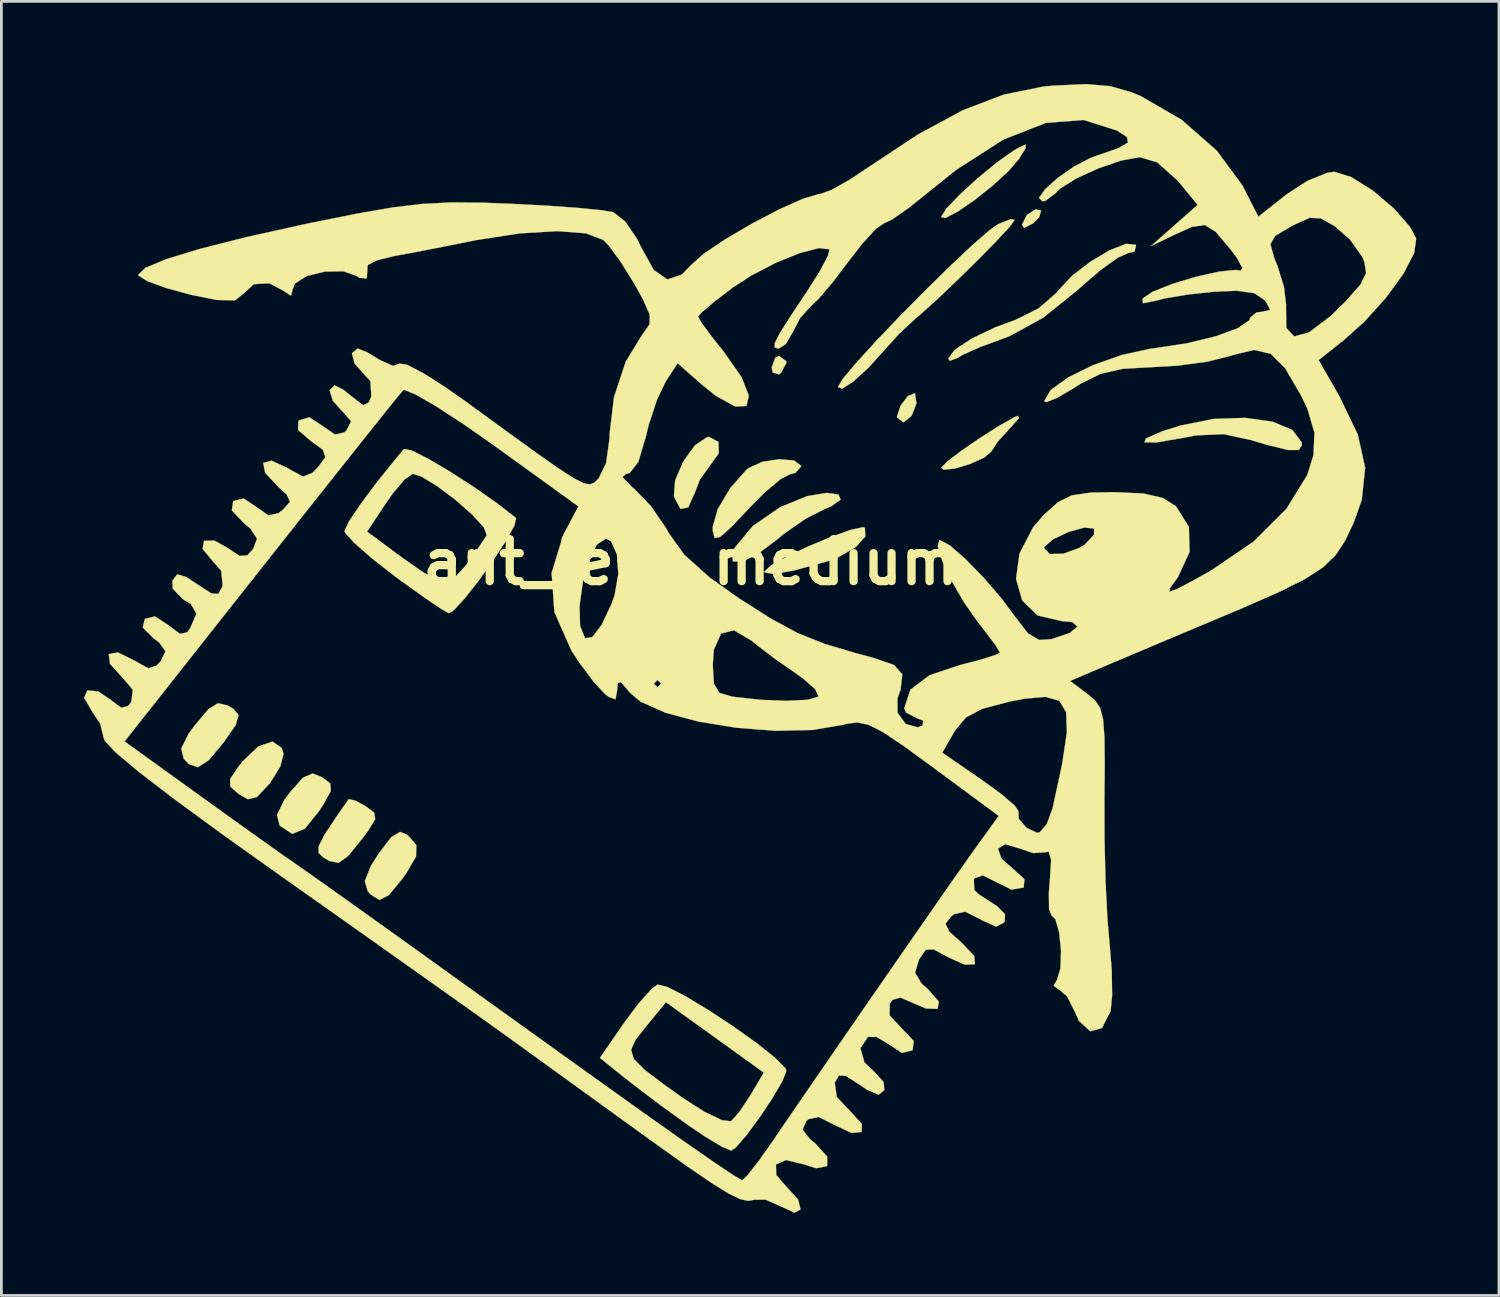
<source format=kicad_pcb>
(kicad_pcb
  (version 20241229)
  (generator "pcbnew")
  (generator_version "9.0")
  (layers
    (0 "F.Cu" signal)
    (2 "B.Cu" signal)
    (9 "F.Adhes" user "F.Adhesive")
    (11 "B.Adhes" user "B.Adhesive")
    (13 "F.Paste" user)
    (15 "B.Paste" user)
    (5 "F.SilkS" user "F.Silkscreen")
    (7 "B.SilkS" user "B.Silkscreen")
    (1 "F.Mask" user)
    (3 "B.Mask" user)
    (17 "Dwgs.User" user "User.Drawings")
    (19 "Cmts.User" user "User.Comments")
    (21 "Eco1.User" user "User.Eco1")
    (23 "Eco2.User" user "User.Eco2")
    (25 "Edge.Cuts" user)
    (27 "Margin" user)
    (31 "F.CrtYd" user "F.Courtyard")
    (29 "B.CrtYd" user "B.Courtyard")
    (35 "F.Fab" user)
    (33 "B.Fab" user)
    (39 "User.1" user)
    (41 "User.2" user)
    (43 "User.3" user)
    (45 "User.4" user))
  (footprint "ant_less_medium"
    (layer "F.Cu")
    (at 22.024 17.358)
    (property "Reference" "ant_less_medium" (at 0 0 0) (layer "F.SilkS") (effects (font (size 1.524 1.524) (thickness 0.3))))
    (attr through_hole)
    (fp_poly (pts (xy 12.724 -12.765) (xy 12.652 -12.523) (xy 12.439 -12.304) (xy 12.103 -12.132) (xy 12.032 -12.25) (xy 12.199 -12.601) (xy 12.531 -12.807) (xy 12.724 -12.765)) (stroke (width 0.01) (type solid)) (fill yes) (layer "F.SilkS"))
    (fp_poly (pts (xy 3.468 -7.294) (xy 3.476 -7.235) (xy 3.281 -6.873) (xy 3.208 -6.818) (xy 2.98 -6.879) (xy 2.941 -7.069) (xy 3.081 -7.435) (xy 3.208 -7.486) (xy 3.468 -7.294)) (stroke (width 0.01) (type solid)) (fill yes) (layer "F.SilkS"))
    (fp_poly (pts (xy 8.146 -6.113) (xy 8.198 -5.758) (xy 8.02 -5.311) (xy 7.737 -5.08) (xy 7.725 -5.08) (xy 7.493 -5.249) (xy 7.49 -5.281) (xy 7.622 -5.682) (xy 7.892 -6.034) (xy 8.132 -6.125) (xy 8.146 -6.113)) (stroke (width 0.01) (type solid)) (fill yes) (layer "F.SilkS"))
    (fp_poly (pts (xy -16.809 5.205) (xy -16.596 5.33) (xy -16.412 5.556) (xy -16.518 5.917) (xy -16.943 6.529) (xy -17.502 7.196) (xy -17.892 7.448) (xy -18.221 7.331) (xy -18.401 7.143) (xy -18.495 6.773) (xy -18.223 6.224) (xy -18.013 5.94) (xy -17.512 5.345) (xy -17.163 5.123) (xy -16.809 5.205)) (stroke (width 0.01) (type solid)) (fill yes) (layer "F.SilkS"))
    (fp_poly (pts (xy -14.845 6.746) (xy -14.781 6.955) (xy -14.897 7.417) (xy -15.265 8.011) (xy -15.313 8.07) (xy -15.751 8.529) (xy -16.078 8.607) (xy -16.408 8.418) (xy -16.711 8.15) (xy -16.721 7.88) (xy -16.418 7.427) (xy -16.275 7.243) (xy -15.694 6.689) (xy -15.183 6.516) (xy -14.845 6.746)) (stroke (width 0.01) (type solid)) (fill yes) (layer "F.SilkS"))
    (fp_poly (pts (xy -13.382 7.807) (xy -13.085 8.036) (xy -13.062 8.302) (xy -13.323 8.781) (xy -13.463 9) (xy -14.005 9.678) (xy -14.464 9.864) (xy -14.9 9.578) (xy -14.925 9.549) (xy -15.019 9.178) (xy -14.747 8.629) (xy -14.542 8.353) (xy -14.07 7.821) (xy -13.719 7.673) (xy -13.382 7.807)) (stroke (width 0.01) (type solid)) (fill yes) (layer "F.SilkS"))
    (fp_poly (pts (xy -10.273 9.91) (xy -9.958 10.275) (xy -9.969 10.688) (xy -10.326 11.298) (xy -10.478 11.508) (xy -10.963 12.095) (xy -11.302 12.266) (xy -11.622 12.063) (xy -11.723 11.948) (xy -11.828 11.583) (xy -11.609 11.028) (xy -11.334 10.595) (xy -10.874 9.991) (xy -10.55 9.792) (xy -10.273 9.91)) (stroke (width 0.01) (type solid)) (fill yes) (layer "F.SilkS"))
    (fp_poly (pts (xy -12.171 8.66) (xy -11.814 8.854) (xy -11.493 9.088) (xy -11.452 9.332) (xy -11.709 9.752) (xy -11.954 10.076) (xy -12.445 10.68) (xy -12.781 10.915) (xy -13.112 10.851) (xy -13.339 10.718) (xy -13.505 10.561) (xy -13.506 10.322) (xy -13.298 9.906) (xy -12.841 9.215) (xy -12.412 8.604) (xy -12.171 8.66)) (stroke (width 0.01) (type solid)) (fill yes) (layer "F.SilkS"))
    (fp_poly (pts (xy 1.009 -4.365) (xy 1.021 -3.953) (xy 0.695 -3.498) (xy 0.695 -3.498) (xy 0.337 -3.002) (xy 0.155 -2.529) (xy -0.088 -1.985) (xy -0.368 -1.93) (xy -0.605 -2.378) (xy -0.607 -2.386) (xy -0.564 -2.964) (xy -0.273 -3.646) (xy 0.151 -4.236) (xy 0.592 -4.537) (xy 0.664 -4.545) (xy 1.009 -4.365)) (stroke (width 0.01) (type solid)) (fill yes) (layer "F.SilkS"))
    (fp_poly (pts (xy 6.326 -1.25) (xy 6.34 -0.93) (xy 5.973 -0.533) (xy 5.345 -0.168) (xy 4.992 -0.038) (xy 3.783 0.295) (xy 3.005 0.433) (xy 2.687 0.371) (xy 2.681 0.339) (xy 2.911 0.125) (xy 3.49 -0.2) (xy 4.266 -0.568) (xy 5.087 -0.913) (xy 5.799 -1.168) (xy 6.252 -1.268) (xy 6.326 -1.25)) (stroke (width 0.01) (type solid)) (fill yes) (layer "F.SilkS"))
    (fp_poly (pts (xy 12.158 -15.023) (xy 11.915 -14.635) (xy 11.53 -14.186) (xy 10.952 -13.659) (xy 10.3 -13.142) (xy 9.694 -12.724) (xy 9.251 -12.494) (xy 9.091 -12.529) (xy 9.282 -12.833) (xy 9.771 -13.343) (xy 10.428 -13.942) (xy 11.123 -14.514) (xy 11.727 -14.942) (xy 11.85 -15.014) (xy 12.169 -15.163) (xy 12.158 -15.023)) (stroke (width 0.01) (type solid)) (fill yes) (layer "F.SilkS"))
    (fp_poly (pts (xy 5.369 -2.453) (xy 5.445 -2.268) (xy 5.088 -2.017) (xy 4.875 -1.933) (xy 4.183 -1.583) (xy 3.393 -1.034) (xy 3.148 -0.831) (xy 2.436 -0.293) (xy 1.87 -0.019) (xy 1.534 -0.027) (xy 1.512 -0.334) (xy 1.593 -0.514) (xy 2.256 -1.309) (xy 3.251 -1.997) (xy 4.234 -2.397) (xy 4.94 -2.514) (xy 5.369 -2.453)) (stroke (width 0.01) (type solid)) (fill yes) (layer "F.SilkS"))
    (fp_poly (pts (xy 11.92 -5.232) (xy 11.627 -4.897) (xy 11.591 -4.861) (xy 11.145 -4.372) (xy 10.923 -4.026) (xy 10.664 -3.8) (xy 10.158 -3.569) (xy 9.601 -3.398) (xy 9.192 -3.354) (xy 9.1 -3.428) (xy 9.31 -3.648) (xy 9.829 -4.043) (xy 10.506 -4.509) (xy 11.193 -4.946) (xy 11.74 -5.252) (xy 11.884 -5.314) (xy 11.92 -5.232)) (stroke (width 0.01) (type solid)) (fill yes) (layer "F.SilkS"))
    (fp_poly (pts (xy 21.124 -5.099) (xy 21.845 -4.798) (xy 22.18 -4.354) (xy 22.192 -4.245) (xy 22.078 -4.07) (xy 21.681 -4.072) (xy 20.915 -4.26) (xy 20.359 -4.429) (xy 19.352 -4.646) (xy 18.348 -4.601) (xy 17.867 -4.51) (xy 16.918 -4.347) (xy 16.472 -4.35) (xy 16.533 -4.492) (xy 17.108 -4.744) (xy 17.785 -4.959) (xy 18.982 -5.198) (xy 20.132 -5.238) (xy 21.124 -5.099)) (stroke (width 0.01) (type solid)) (fill yes) (layer "F.SilkS"))
    (fp_poly (pts (xy 3.754 -3.69) (xy 4.009 -3.499) (xy 4.011 -3.476) (xy 3.797 -3.233) (xy 3.644 -3.208) (xy 3.279 -3.024) (xy 2.704 -2.544) (xy 2.167 -2.005) (xy 1.479 -1.276) (xy 1.069 -0.912) (xy 0.869 -0.875) (xy 0.805 -1.127) (xy 0.802 -1.277) (xy 0.983 -1.922) (xy 1.436 -2.688) (xy 2.023 -3.348) (xy 2.095 -3.409) (xy 2.59 -3.638) (xy 3.212 -3.734) (xy 3.754 -3.69)) (stroke (width 0.01) (type solid)) (fill yes) (layer "F.SilkS"))
    (fp_poly (pts (xy 11.764 -12.424) (xy 11.585 -12.18) (xy 11.117 -11.673) (xy 10.459 -11.002) (xy 9.713 -10.268) (xy 8.981 -9.571) (xy 8.363 -9.012) (xy 8.129 -8.815) (xy 7.578 -8.301) (xy 7.076 -7.746) (xy 6.467 -7.069) (xy 5.91 -6.56) (xy 5.504 -6.297) (xy 5.347 -6.358) (xy 5.529 -6.658) (xy 6.018 -7.242) (xy 6.733 -8.026) (xy 7.593 -8.927) (xy 8.516 -9.863) (xy 9.421 -10.75) (xy 10.225 -11.506) (xy 10.847 -12.047) (xy 11.163 -12.271) (xy 11.609 -12.451) (xy 11.764 -12.424)) (stroke (width 0.01) (type solid)) (fill yes) (layer "F.SilkS"))
    (fp_poly (pts (xy 16.158 -11.522) (xy 16.172 -11.503) (xy 16.112 -11.271) (xy 15.908 -11.229) (xy 15.511 -11.055) (xy 14.871 -10.596) (xy 14.121 -9.948) (xy 14.058 -9.889) (xy 12.807 -8.879) (xy 11.578 -8.204) (xy 11.334 -8.113) (xy 10.514 -7.812) (xy 9.883 -7.531) (xy 9.692 -7.416) (xy 9.406 -7.308) (xy 9.358 -7.396) (xy 9.592 -7.714) (xy 10.207 -8.117) (xy 11.073 -8.53) (xy 11.827 -8.808) (xy 12.631 -9.211) (xy 13.28 -9.773) (xy 13.336 -9.847) (xy 13.841 -10.389) (xy 14.515 -10.909) (xy 15.219 -11.325) (xy 15.813 -11.556) (xy 16.158 -11.522)) (stroke (width 0.01) (type solid)) (fill yes) (layer "F.SilkS"))
    (fp_poly (pts (xy -0.847 15.424) (xy -0.19 15.759) (xy 0.649 16.264) (xy 1.55 16.857) (xy 2.395 17.46) (xy 3.063 17.991) (xy 3.436 18.372) (xy 3.476 18.468) (xy 3.334 18.837) (xy 2.977 19.449) (xy 2.507 20.154) (xy 2.027 20.805) (xy 1.639 21.253) (xy 1.471 21.367) (xy 1.124 21.217) (xy 0.496 20.838) (xy -0.118 20.422) (xy -1.033 19.759) (xy -1.933 19.082) (xy -2.367 18.744) (xy -3.294 18) (xy -3.09 17.705) (xy -2.163 17.705) (xy -2.062 18.041) (xy -1.653 18.45) (xy -0.886 19.025) (xy -0.267 19.464) (xy 0.51 19.961) (xy 1.135 20.261) (xy 1.471 20.3) (xy 1.783 19.939) (xy 2.176 19.347) (xy 2.196 19.313) (xy 2.655 18.532) (xy 0.879 17.254) (xy -0.897 15.977) (xy -1.637 16.879) (xy -2.005 17.348) (xy -2.163 17.705) (xy -3.09 17.705) (xy -2.424 16.736) (xy -1.889 16.02) (xy -1.423 15.503) (xy -1.202 15.336) (xy -0.847 15.424)) (stroke (width 0.01) (type solid)) (fill yes) (layer "F.SilkS"))
    (fp_poly (pts (xy -10.13 -4.053) (xy -9.537 -3.757) (xy -8.742 -3.289) (xy -7.861 -2.721) (xy -7.01 -2.124) (xy -6.338 -1.6) (xy -6.396 -1.332) (xy -6.702 -0.778) (xy -7.166 -0.065) (xy -7.699 0.68) (xy -8.211 1.329) (xy -8.61 1.756) (xy -8.779 1.854) (xy -9.061 1.696) (xy -9.659 1.292) (xy -10.459 0.718) (xy -10.762 0.495) (xy -11.587 -0.15) (xy -12.215 -0.701) (xy -12.542 -1.065) (xy -12.557 -1.107) (xy -11.747 -1.107) (xy -10.486 -0.172) (xy -9.759 0.337) (xy -9.183 0.684) (xy -8.94 0.783) (xy -8.605 0.599) (xy -8.166 0.127) (xy -8.121 0.067) (xy -7.698 -0.531) (xy -7.408 -0.967) (xy -7.401 -0.979) (xy -7.51 -1.264) (xy -7.935 -1.729) (xy -8.544 -2.265) (xy -9.204 -2.762) (xy -9.782 -3.111) (xy -10.093 -3.208) (xy -10.384 -3.004) (xy -10.822 -2.484) (xy -11.052 -2.158) (xy -11.747 -1.107) (xy -12.557 -1.107) (xy -12.566 -1.13) (xy -12.406 -1.474) (xy -11.979 -2.112) (xy -11.366 -2.931) (xy -10.65 -3.819) (xy -10.405 -4.108) (xy -10.13 -4.053)) (stroke (width 0.01) (type solid)) (fill yes) (layer "F.SilkS"))
    (fp_poly (pts (xy 15.233 -17.28) (xy 16.008 -17.056) (xy 16.34 -16.918) (xy 17.821 -16.061) (xy 19.103 -14.937) (xy 20.024 -13.688) (xy 20.08 -13.581) (xy 20.611 -12.54) (xy 21.641 -13.355) (xy 22.395 -13.843) (xy 23.115 -14.134) (xy 23.366 -14.171) (xy 23.987 -13.978) (xy 24.763 -13.491) (xy 25.528 -12.842) (xy 26.119 -12.167) (xy 26.341 -11.749) (xy 26.269 -11.224) (xy 25.875 -10.467) (xy 25.24 -9.594) (xy 24.449 -8.719) (xy 23.716 -8.064) (xy 22.799 -7.335) (xy 23.55 -6.025) (xy 24.221 -4.631) (xy 24.488 -3.425) (xy 24.366 -2.265) (xy 24.07 -1.431) (xy 23.758 -0.774) (xy 23.417 -0.255) (xy 22.961 0.187) (xy 22.305 0.613) (xy 21.363 1.084) (xy 20.05 1.661) (xy 19.251 1.998) (xy 17.936 2.55) (xy 16.68 3.08) (xy 15.63 3.523) (xy 14.976 3.801) (xy 13.776 4.313) (xy 14.419 4.798) (xy 14.686 5.024) (xy 14.865 5.291) (xy 14.972 5.7) (xy 15.023 6.352) (xy 15.033 7.349) (xy 15.022 8.59) (xy 15.025 10.091) (xy 15.063 11.607) (xy 15.13 12.943) (xy 15.201 13.769) (xy 15.288 14.815) (xy 15.302 15.734) (xy 15.244 16.309) (xy 14.929 16.915) (xy 14.51 17.032) (xy 14.101 16.66) (xy 13.948 16.323) (xy 13.665 15.761) (xy 13.366 15.508) (xy 13.35 15.507) (xy 13.18 15.379) (xy 13.298 15.173) (xy 13.426 14.754) (xy 13.447 14.108) (xy 13.379 13.44) (xy 13.238 12.955) (xy 13.105 12.834) (xy 13.011 12.596) (xy 13.005 11.994) (xy 13.039 11.59) (xy 13.088 10.816) (xy 12.998 10.512) (xy 12.878 10.533) (xy 12.432 10.564) (xy 12.008 10.415) (xy 11.42 10.239) (xy 11.156 10.403) (xy 11.289 10.775) (xy 11.645 11.081) (xy 12.119 11.51) (xy 12.089 11.814) (xy 11.65 11.888) (xy 11.149 11.641) (xy 10.608 11.372) (xy 10.309 11.477) (xy 10.281 11.518) (xy 10.297 11.904) (xy 10.457 12.059) (xy 11.128 12.494) (xy 11.413 12.786) (xy 11.402 13.034) (xy 11.373 13.086) (xy 11.089 13.232) (xy 10.57 12.998) (xy 10.518 12.964) (xy 9.967 12.691) (xy 9.57 12.778) (xy 9.459 12.861) (xy 9.251 13.128) (xy 9.39 13.421) (xy 9.811 13.791) (xy 10.295 14.298) (xy 10.321 14.598) (xy 9.95 14.615) (xy 9.363 14.35) (xy 8.823 14.06) (xy 8.537 14.071) (xy 8.309 14.4) (xy 8.286 14.442) (xy 8.146 14.906) (xy 8.382 15.3) (xy 8.607 15.496) (xy 9.011 15.955) (xy 8.964 16.218) (xy 8.538 16.205) (xy 8.137 16.033) (xy 7.615 15.808) (xy 7.331 15.891) (xy 7.224 16.034) (xy 7.226 16.462) (xy 7.662 16.925) (xy 8.098 17.384) (xy 8.055 17.719) (xy 8.046 17.728) (xy 7.671 17.817) (xy 7.242 17.534) (xy 6.757 17.239) (xy 6.434 17.235) (xy 6.163 17.651) (xy 6.308 18.165) (xy 6.658 18.494) (xy 7.006 18.879) (xy 7.031 19.163) (xy 6.831 19.334) (xy 6.412 19.161) (xy 6.149 18.983) (xy 5.636 18.651) (xy 5.38 18.637) (xy 5.231 18.9) (xy 5.306 19.421) (xy 5.783 19.924) (xy 6.215 20.399) (xy 6.208 20.689) (xy 5.845 20.723) (xy 5.211 20.427) (xy 5.208 20.425) (xy 4.647 20.143) (xy 4.279 20.222) (xy 4.197 20.295) (xy 4.063 20.603) (xy 4.345 20.963) (xy 4.517 21.1) (xy 4.959 21.584) (xy 4.954 21.924) (xy 4.56 22.006) (xy 4.127 21.868) (xy 3.463 21.706) (xy 3.096 21.868) (xy 3.108 22.252) (xy 3.471 22.669) (xy 3.901 23.142) (xy 3.991 23.499) (xy 3.772 23.618) (xy 3.296 23.399) (xy 2.718 23.146) (xy 2.316 23.148) (xy 2.095 23.19) (xy 1.808 23.13) (xy 1.389 22.929) (xy 0.773 22.548) (xy -0.103 21.949) (xy -1.306 21.092) (xy -2.188 20.456) (xy -3.443 19.548) (xy -4.765 18.591) (xy -5.968 17.721) (xy -6.627 17.245) (xy -7.333 16.739) (xy -8.4 15.979) (xy -9.751 15.02) (xy -11.309 13.916) (xy -12.997 12.721) (xy -14.74 11.49) (xy -14.92 11.363) (xy -17.074 9.828) (xy -18.78 8.577) (xy -20.046 7.605) (xy -20.874 6.909) (xy -21.248 6.51) (xy -20.552 6.51) (xy -17.741 8.536) (xy -16.626 9.337) (xy -15.62 10.056) (xy -14.829 10.618) (xy -14.357 10.947) (xy -14.335 10.962) (xy -13.933 11.242) (xy -13.178 11.777) (xy -12.149 12.509) (xy -10.928 13.382) (xy -9.642 14.304) (xy -8.202 15.339) (xy -6.772 16.365) (xy -5.464 17.304) (xy -4.39 18.075) (xy -3.776 18.515) (xy -1.84 19.899) (xy -0.299 20.99) (xy 0.839 21.781) (xy 1.565 22.267) (xy 1.869 22.441) (xy 1.872 22.441) (xy 2.079 22.244) (xy 2.488 21.718) (xy 2.958 21.052) (xy 3.74 19.906) (xy 4.673 18.547) (xy 5.697 17.059) (xy 6.753 15.531) (xy 7.78 14.047) (xy 8.719 12.695) (xy 9.51 11.56) (xy 10.093 10.731) (xy 10.313 10.422) (xy 11.185 9.214) (xy 8.782 7.438) (xy 8.066 6.917) (xy 9.135 6.917) (xy 10.583 7.915) (xy 11.298 8.437) (xy 11.771 8.844) (xy 11.9 9.044) (xy 11.913 9.324) (xy 12.202 9.651) (xy 12.567 9.824) (xy 12.669 9.814) (xy 12.931 9.509) (xy 13.14 8.936) (xy 13.486 7.341) (xy 13.658 6.199) (xy 13.633 5.45) (xy 13.383 5.034) (xy 12.886 4.89) (xy 12.116 4.959) (xy 11.551 5.069) (xy 10.587 5.324) (xy 9.992 5.639) (xy 9.602 6.106) (xy 9.572 6.157) (xy 9.135 6.917) (xy 8.066 6.917) (xy 7.718 6.663) (xy 6.975 6.167) (xy 6.452 5.902) (xy 6.048 5.819) (xy 5.659 5.871) (xy 5.531 5.906) (xy 4.424 6.093) (xy 3.093 6.123) (xy 1.67 6.015) (xy 0.288 5.789) (xy -0.919 5.466) (xy -1.82 5.064) (xy -2.198 4.746) (xy -2.482 4.412) (xy -1.337 4.412) (xy -1.203 4.545) (xy -1.069 4.412) (xy -1.203 4.278) (xy -1.337 4.412) (xy -2.482 4.412) (xy -2.527 4.359) (xy -2.65 4.388) (xy -2.668 4.645) (xy -2.728 4.983) (xy -2.984 4.886) (xy -3.12 4.779) (xy -3.521 4.344) (xy -3.989 3.717) (xy 0.802 3.717) (xy 0.844 4.412) (xy 1.041 4.744) (xy 1.499 4.883) (xy 1.537 4.888) (xy 2.541 4.999) (xy 3.493 5.036) (xy 4.239 4.999) (xy 4.628 4.889) (xy 4.643 4.871) (xy 4.521 4.614) (xy 4.063 4.208) (xy 3.79 4.017) (xy 3.019 3.48) (xy 2.341 2.958) (xy 2.219 2.855) (xy 1.574 2.476) (xy 1.104 2.592) (xy 0.843 3.181) (xy 0.802 3.717) (xy -3.989 3.717) (xy -4.041 3.647) (xy -4.324 3.223) (xy -4.947 1.813) (xy -4.963 1.587) (xy -4.035 1.587) (xy -4.014 2.318) (xy -3.834 2.761) (xy -3.57 2.722) (xy -3.227 2.273) (xy -2.874 1.521) (xy -2.762 1.203) (xy -2.625 0.436) (xy -2.676 -0.277) (xy -2.888 -0.756) (xy -3.075 -0.855) (xy -3.403 -0.641) (xy -3.695 -0.054) (xy -3.917 0.743) (xy -4.035 1.587) (xy -4.963 1.587) (xy -5.048 0.393) (xy -4.622 -0.994) (xy -4.576 -1.081) (xy -4.073 -2.021) (xy -7.147 -4.242) (xy -8.261 -5.021) (xy -9.227 -5.649) (xy -9.961 -6.075) (xy -10.381 -6.249) (xy -10.44 -6.239) (xy -10.656 -5.98) (xy -11.159 -5.355) (xy -11.908 -4.417) (xy -12.859 -3.222) (xy -13.969 -1.822) (xy -15.195 -0.272) (xy -15.606 0.247) (xy -20.552 6.51) (xy -21.248 6.51) (xy -21.271 6.486) (xy -21.309 6.379) (xy -21.437 5.862) (xy -21.741 5.403) (xy -22.019 4.918) (xy -21.902 4.656) (xy -21.506 4.695) (xy -21.089 4.976) (xy -20.669 5.288) (xy -20.414 5.217) (xy -20.305 5.069) (xy -20.252 4.632) (xy -20.589 4.235) (xy -21.08 3.69) (xy -21.126 3.34) (xy -20.795 3.278) (xy -20.151 3.597) (xy -20.141 3.605) (xy -19.685 3.858) (xy -19.384 3.754) (xy -19.237 3.593) (xy -19.064 3.239) (xy -19.297 2.915) (xy -19.498 2.765) (xy -19.893 2.369) (xy -19.814 2.061) (xy -19.446 1.969) (xy -18.973 2.282) (xy -18.543 2.605) (xy -18.285 2.55) (xy -18.169 2.396) (xy -17.94 1.873) (xy -18.144 1.523) (xy -18.438 1.342) (xy -18.807 0.957) (xy -18.812 0.666) (xy -18.64 0.445) (xy -18.311 0.539) (xy -17.914 0.802) (xy -17.402 1.136) (xy -17.148 1.154) (xy -16.989 0.87) (xy -17.041 0.316) (xy -17.338 -0.021) (xy -17.717 -0.481) (xy -17.667 -0.771) (xy -17.29 -0.782) (xy -16.852 -0.54) (xy -16.371 -0.225) (xy -16.09 -0.247) (xy -15.885 -0.478) (xy -15.741 -0.849) (xy -15.979 -1.215) (xy -16.226 -1.424) (xy -16.657 -1.881) (xy -16.608 -2.215) (xy -16.602 -2.221) (xy -16.227 -2.308) (xy -15.786 -2.016) (xy -15.335 -1.699) (xy -14.974 -1.771) (xy -14.817 -1.89) (xy -14.546 -2.188) (xy -14.666 -2.462) (xy -14.945 -2.705) (xy -15.449 -3.246) (xy -15.518 -3.603) (xy -15.211 -3.683) (xy -14.59 -3.391) (xy -14.531 -3.351) (xy -14.069 -3.105) (xy -13.723 -3.247) (xy -13.527 -3.448) (xy -13.259 -3.812) (xy -13.353 -4.081) (xy -13.79 -4.4) (xy -14.251 -4.799) (xy -14.242 -5.112) (xy -14.205 -5.152) (xy -13.844 -5.257) (xy -13.368 -4.946) (xy -12.907 -4.628) (xy -12.572 -4.711) (xy -12.493 -4.783) (xy -12.326 -5.115) (xy -12.62 -5.452) (xy -12.633 -5.462) (xy -12.988 -5.855) (xy -13.107 -6.237) (xy -12.934 -6.417) (xy -12.922 -6.417) (xy -12.606 -6.257) (xy -12.259 -5.979) (xy -11.883 -5.692) (xy -11.689 -5.797) (xy -11.593 -6.018) (xy -11.627 -6.573) (xy -11.854 -6.819) (xy -12.202 -7.211) (xy -12.296 -7.587) (xy -12.091 -7.754) (xy -11.736 -7.615) (xy -11.307 -7.35) (xy -10.803 -7.121) (xy -10.569 -7.206) (xy -10.301 -7.168) (xy -9.707 -6.86) (xy -8.883 -6.336) (xy -8.212 -5.864) (xy -6.72 -4.776) (xy -5.601 -3.966) (xy -4.795 -3.401) (xy -4.242 -3.045) (xy -3.882 -2.863) (xy -3.656 -2.821) (xy -3.502 -2.883) (xy -3.362 -3.016) (xy -3.338 -3.04) (xy -3.312 -3.095) (xy -2.479 -3.095) (xy -2.157 -2.748) (xy -2.034 -2.648) (xy -1.445 -2.036) (xy -0.891 -1.232) (xy -0.794 -1.053) (xy -0.233 -0.269) (xy 0.702 0.569) (xy 1.75 1.311) (xy 2.922 2.056) (xy 3.884 2.575) (xy 4.852 2.964) (xy 6.041 3.319) (xy 6.617 3.471) (xy 7.378 3.731) (xy 7.685 4.075) (xy 7.619 4.637) (xy 7.508 4.946) (xy 7.509 5.466) (xy 7.808 5.875) (xy 8.244 5.999) (xy 8.419 5.932) (xy 8.441 5.753) (xy 8.222 5.668) (xy 7.824 5.464) (xy 7.754 5.31) (xy 7.979 4.63) (xy 8.673 4.106) (xy 9.744 3.747) (xy 10.545 3.538) (xy 11.085 3.364) (xy 11.229 3.284) (xy 11.077 3.031) (xy 10.691 2.511) (xy 10.439 2.19) (xy 9.932 1.471) (xy 9.478 0.686) (xy 9.138 -0.039) (xy 8.971 -0.577) (xy 9.034 -0.801) (xy 9.046 -0.802) (xy 9.407 -0.61) (xy 9.98 -0.109) (xy 10.653 0.583) (xy 11.312 1.352) (xy 11.764 1.962) (xy 12.245 2.586) (xy 12.653 2.827) (xy 13.101 2.796) (xy 13.774 2.567) (xy 14.04 2.339) (xy 13.863 2.178) (xy 13.463 2.139) (xy 12.592 1.934) (xy 12.037 1.389) (xy 11.813 0.606) (xy 11.939 -0.311) (xy 12.038 -0.502) (xy 12.834 -0.502) (xy 13.041 -0.294) (xy 13.533 -0.306) (xy 14.116 -0.518) (xy 14.32 -0.647) (xy 14.646 -1.001) (xy 14.647 -1.217) (xy 14.295 -1.255) (xy 13.726 -1.099) (xy 13.167 -0.837) (xy 12.849 -0.562) (xy 12.834 -0.502) (xy 12.038 -0.502) (xy 12.431 -1.259) (xy 12.831 -1.725) (xy 13.339 -2.178) (xy 13.835 -2.423) (xy 14.512 -2.523) (xy 15.351 -2.54) (xy 16.437 -2.493) (xy 17.149 -2.327) (xy 17.618 -2.031) (xy 18.089 -1.278) (xy 18.113 -0.371) (xy 17.687 0.553) (xy 17.63 0.629) (xy 17.39 0.957) (xy 17.385 1.076) (xy 17.679 0.968) (xy 18.336 0.618) (xy 18.9 0.301) (xy 20.441 -0.748) (xy 21.627 -1.93) (xy 22.39 -3.168) (xy 22.613 -3.892) (xy 22.647 -4.703) (xy 22.391 -5.567) (xy 22.155 -6.063) (xy 21.584 -7.04) (xy 21.054 -7.566) (xy 20.454 -7.704) (xy 19.671 -7.517) (xy 19.597 -7.489) (xy 18.777 -7.281) (xy 17.689 -7.133) (xy 16.802 -7.082) (xy 15.688 -7.02) (xy 14.877 -6.835) (xy 14.141 -6.468) (xy 13.928 -6.331) (xy 13.304 -5.961) (xy 12.908 -5.807) (xy 12.834 -5.843) (xy 13.074 -6.25) (xy 13.708 -6.707) (xy 14.606 -7.149) (xy 15.639 -7.516) (xy 16.677 -7.744) (xy 16.84 -7.765) (xy 18.022 -7.945) (xy 19.068 -8.199) (xy 19.86 -8.489) (xy 20.281 -8.778) (xy 20.32 -8.882) (xy 20.539 -9.063) (xy 20.754 -9.091) (xy 21.038 -9.154) (xy 20.903 -9.432) (xy 20.837 -9.513) (xy 20.468 -9.764) (xy 19.833 -9.852) (xy 19 -9.818) (xy 18.038 -9.713) (xy 17.205 -9.573) (xy 16.869 -9.487) (xy 16.421 -9.397) (xy 16.406 -9.566) (xy 16.772 -9.815) (xy 17.48 -10.097) (xy 18.345 -10.359) (xy 19.181 -10.547) (xy 19.802 -10.609) (xy 19.957 -10.583) (xy 20.036 -10.675) (xy 19.815 -11.071) (xy 19.592 -11.369) (xy 19.444 -11.543) (xy 21.048 -11.543) (xy 21.184 -11.046) (xy 21.297 -10.772) (xy 21.54 -9.996) (xy 21.619 -9.328) (xy 21.614 -9.263) (xy 21.626 -8.502) (xy 21.908 -8.194) (xy 22.447 -8.338) (xy 23.231 -8.931) (xy 23.775 -9.463) (xy 24.315 -10.071) (xy 24.522 -10.494) (xy 24.46 -10.905) (xy 24.389 -11.075) (xy 23.939 -11.711) (xy 23.382 -12.198) (xy 22.879 -12.483) (xy 22.473 -12.5) (xy 21.906 -12.246) (xy 21.791 -12.184) (xy 21.224 -11.849) (xy 21.048 -11.543) (xy 19.444 -11.543) (xy 19.065 -11.99) (xy 18.667 -12.24) (xy 18.198 -12.171) (xy 17.566 -11.887) (xy 16.711 -11.474) (xy 18.407 -12.971) (xy 17.692 -13.841) (xy 16.937 -14.517) (xy 16.309 -14.702) (xy 15.642 -14.583) (xy 14.802 -14.296) (xy 13.989 -13.924) (xy 13.4 -13.553) (xy 13.252 -13.396) (xy 12.88 -13.118) (xy 12.771 -13.101) (xy 12.648 -13.226) (xy 12.87 -13.54) (xy 13.326 -13.947) (xy 13.907 -14.355) (xy 14.504 -14.668) (xy 14.678 -14.733) (xy 15.508 -15.02) (xy 15.877 -15.232) (xy 15.839 -15.431) (xy 15.477 -15.67) (xy 14.266 -16.053) (xy 12.896 -15.946) (xy 11.359 -15.344) (xy 9.647 -14.246) (xy 8.661 -13.458) (xy 7.927 -12.868) (xy 7.331 -12.451) (xy 7.012 -12.299) (xy 6.721 -12.097) (xy 6.238 -11.571) (xy 5.714 -10.895) (xy 5.131 -10.13) (xy 4.625 -9.537) (xy 4.339 -9.269) (xy 3.972 -8.86) (xy 3.735 -8.401) (xy 3.451 -7.914) (xy 3.199 -7.754) (xy 3.052 -7.791) (xy 3.054 -7.955) (xy 3.247 -8.33) (xy 3.67 -8.995) (xy 4.225 -9.826) (xy 4.694 -10.569) (xy 4.987 -11.124) (xy 5.043 -11.356) (xy 4.66 -11.403) (xy 3.964 -11.222) (xy 3.095 -10.87) (xy 2.193 -10.4) (xy 1.537 -9.974) (xy 0.859 -9.457) (xy 0.398 -9.066) (xy 0.267 -8.912) (xy 0.423 -8.649) (xy 0.824 -8.112) (xy 1.203 -7.637) (xy 1.849 -6.713) (xy 2.113 -6.04) (xy 2.026 -5.669) (xy 1.619 -5.649) (xy 0.923 -6.031) (xy 0.441 -6.417) (xy -0.473 -7.22) (xy -0.906 -6.559) (xy -1.221 -5.9) (xy -1.52 -4.991) (xy -1.628 -4.553) (xy -1.899 -3.639) (xy -2.215 -3.234) (xy -2.331 -3.208) (xy -2.479 -3.095) (xy -3.312 -3.095) (xy -3.07 -3.594) (xy -2.945 -4.475) (xy -2.941 -4.668) (xy -2.782 -5.992) (xy -2.358 -7.273) (xy -1.747 -8.277) (xy -1.705 -8.325) (xy -1.492 -8.634) (xy -1.488 -8.982) (xy -1.722 -9.524) (xy -2.025 -10.073) (xy -2.51 -10.859) (xy -2.96 -11.477) (xy -3.168 -11.697) (xy -3.801 -11.938) (xy -4.844 -12.017) (xy -6.201 -11.935) (xy -7.771 -11.694) (xy -7.937 -11.661) (xy -9.039 -11.44) (xy -10.085 -11.238) (xy -10.758 -11.114) (xy -11.391 -10.958) (xy -11.716 -10.789) (xy -11.729 -10.75) (xy -11.757 -10.303) (xy -12.028 -10.321) (xy -12.115 -10.386) (xy -12.612 -10.561) (xy -13.289 -10.547) (xy -13.943 -10.384) (xy -14.371 -10.11) (xy -14.438 -9.938) (xy -14.512 -9.671) (xy -14.759 -9.839) (xy -15.3 -10.125) (xy -15.866 -10.09) (xy -16.208 -9.77) (xy -16.539 -9.503) (xy -17.203 -9.517) (xy -18.151 -9.708) (xy -19.037 -9.951) (xy -19.716 -10.197) (xy -20.042 -10.402) (xy -20.053 -10.434) (xy -19.793 -10.684) (xy -19.034 -11.001) (xy -17.807 -11.374) (xy -16.141 -11.796) (xy -14.066 -12.257) (xy -13.769 -12.319) (xy -12.122 -12.65) (xy -10.835 -12.874) (xy -9.752 -13.004) (xy -8.714 -13.058) (xy -7.561 -13.049) (xy -6.551 -13.011) (xy -5.247 -12.943) (xy -4.102 -12.861) (xy -3.243 -12.777) (xy -2.807 -12.704) (xy -2.373 -12.365) (xy -1.938 -11.722) (xy -1.824 -11.481) (xy -1.341 -10.608) (xy -0.846 -10.262) (xy -0.321 -10.437) (xy 0.013 -10.784) (xy 0.482 -11.199) (xy 1.271 -11.729) (xy 2.231 -12.292) (xy 3.215 -12.806) (xy 4.074 -13.191) (xy 4.662 -13.365) (xy 4.714 -13.368) (xy 5.119 -13.514) (xy 5.785 -13.891) (xy 6.349 -14.267) (xy 8.238 -15.517) (xy 9.877 -16.404) (xy 11.366 -16.972) (xy 12.802 -17.264) (xy 13.179 -17.3) (xy 14.362 -17.353) (xy 15.233 -17.28)) (stroke (width 0.01) (type solid)) (fill yes) (layer "F.SilkS")))
  (gr_rect
    (start -3 -3)
    (end 51.37 43.981)
    (stroke (width 0.1) (type default))
    (fill no)
    (layer "Edge.Cuts")))
</source>
